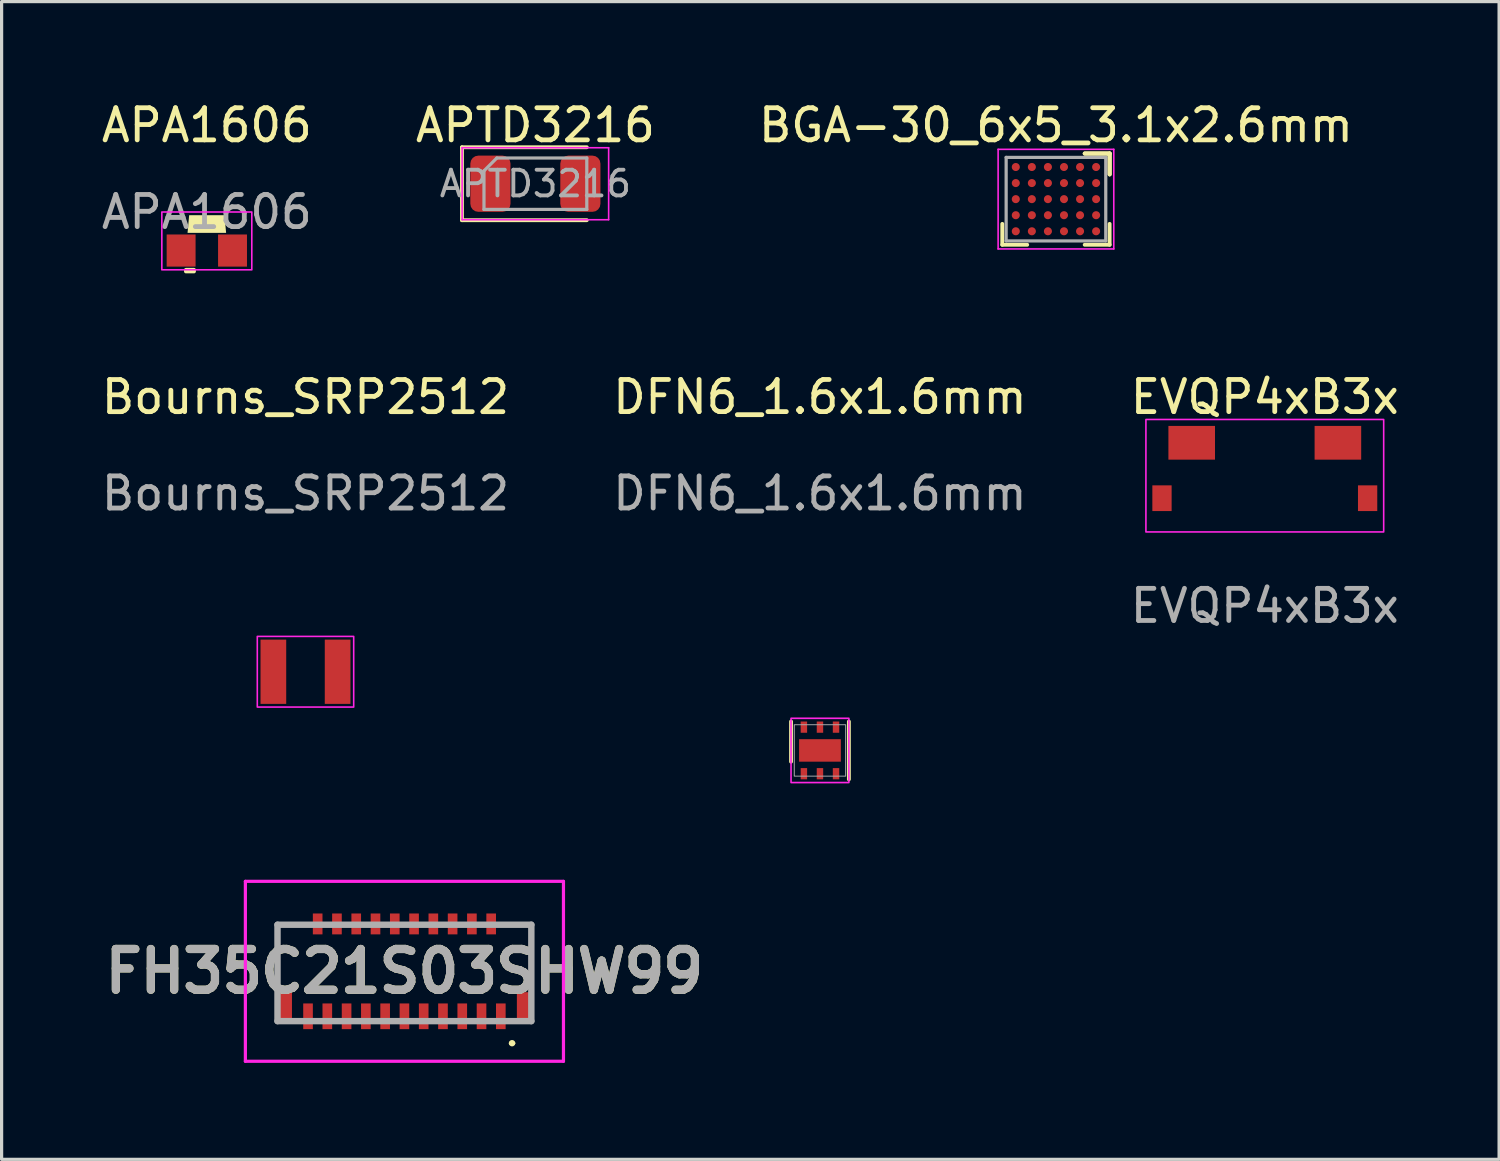
<source format=kicad_pcb>
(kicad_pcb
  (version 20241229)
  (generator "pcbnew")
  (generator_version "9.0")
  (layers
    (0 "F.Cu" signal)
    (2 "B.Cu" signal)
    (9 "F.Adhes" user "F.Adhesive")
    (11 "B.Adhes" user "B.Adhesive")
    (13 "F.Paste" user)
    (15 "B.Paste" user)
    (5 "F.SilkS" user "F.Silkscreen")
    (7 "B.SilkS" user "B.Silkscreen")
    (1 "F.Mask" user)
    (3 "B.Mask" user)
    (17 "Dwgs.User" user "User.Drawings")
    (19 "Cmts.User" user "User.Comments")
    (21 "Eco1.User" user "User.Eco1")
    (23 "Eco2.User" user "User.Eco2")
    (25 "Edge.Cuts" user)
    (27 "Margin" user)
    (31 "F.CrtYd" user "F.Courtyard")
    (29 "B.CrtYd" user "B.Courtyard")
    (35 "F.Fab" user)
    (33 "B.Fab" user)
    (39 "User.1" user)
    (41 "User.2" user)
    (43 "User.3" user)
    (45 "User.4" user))
  (footprint "FH35C21S03SHW99"
    (layer "F.Cu")
    (at 9.537 27.218)
    (property "Reference" "FH35C21S03SHW99" (at 0 -0.037 0) (layer "F.SilkS") (effects (font (size 1.27 1.27) (thickness 0.254))))
    (attr smd)
    (fp_line (start -3.95 -1.487) (end -3.2 -1.487) (stroke (width 0.1) (type solid)) (layer "F.SilkS"))
    (fp_line (start -3.95 0) (end -3.95 -1.487) (stroke (width 0.1) (type solid)) (layer "F.SilkS"))
    (fp_line (start 3.3 2.2) (end 3.3 2.2) (stroke (width 0.1) (type solid)) (layer "F.SilkS"))
    (fp_line (start 3.4 2.2) (end 3.4 2.2) (stroke (width 0.1) (type solid)) (layer "F.SilkS"))
    (fp_line (start 3.95 -1.487) (end 3.4 -1.487) (stroke (width 0.1) (type solid)) (layer "F.SilkS"))
    (fp_line (start 3.95 0.2) (end 3.95 -1.487) (stroke (width 0.1) (type solid)) (layer "F.SilkS"))
    (fp_arc (start 3.3 2.2) (mid 3.35 2.15) (end 3.4 2.2) (stroke (width 0.1) (type solid)) (layer "F.SilkS"))
    (fp_arc (start 3.4 2.2) (mid 3.35 2.25) (end 3.3 2.2) (stroke (width 0.1) (type solid)) (layer "F.SilkS"))
    (fp_line (start -4.95 -2.837) (end 4.95 -2.837) (stroke (width 0.1) (type solid)) (layer "F.CrtYd"))
    (fp_line (start -4.95 2.763) (end -4.95 -2.837) (stroke (width 0.1) (type solid)) (layer "F.CrtYd"))
    (fp_line (start 4.95 -2.837) (end 4.95 2.763) (stroke (width 0.1) (type solid)) (layer "F.CrtYd"))
    (fp_line (start 4.95 2.763) (end -4.95 2.763) (stroke (width 0.1) (type solid)) (layer "F.CrtYd"))
    (fp_line (start -3.95 -1.487) (end 3.95 -1.487) (stroke (width 0.2) (type solid)) (layer "F.Fab"))
    (fp_line (start -3.95 1.513) (end -3.95 -1.487) (stroke (width 0.2) (type solid)) (layer "F.Fab"))
    (fp_line (start 3.95 -1.487) (end 3.95 1.513) (stroke (width 0.2) (type solid)) (layer "F.Fab"))
    (fp_line (start 3.95 1.513) (end -3.95 1.513) (stroke (width 0.2) (type solid)) (layer "F.Fab"))
    (fp_text user "${REFERENCE}" (at 0 -0.037 0) (layer "F.Fab") (effects (font (size 1.27 1.27) (thickness 0.254))))
    (pad "1" smd rect (at 3 1.363) (size 0.3 0.8) (layers "F.Cu" "F.Mask" "F.Paste"))
    (pad "2" smd rect (at 2.7 -1.512) (size 0.3 0.65) (layers "F.Cu" "F.Mask" "F.Paste"))
    (pad "3" smd rect (at 2.4 1.363) (size 0.3 0.8) (layers "F.Cu" "F.Mask" "F.Paste"))
    (pad "4" smd rect (at 2.1 -1.512) (size 0.3 0.65) (layers "F.Cu" "F.Mask" "F.Paste"))
    (pad "5" smd rect (at 1.8 1.363) (size 0.3 0.8) (layers "F.Cu" "F.Mask" "F.Paste"))
    (pad "6" smd rect (at 1.5 -1.512) (size 0.3 0.65) (layers "F.Cu" "F.Mask" "F.Paste"))
    (pad "7" smd rect (at 1.2 1.363) (size 0.3 0.8) (layers "F.Cu" "F.Mask" "F.Paste"))
    (pad "8" smd rect (at 0.9 -1.512) (size 0.3 0.65) (layers "F.Cu" "F.Mask" "F.Paste"))
    (pad "9" smd rect (at 0.6 1.363) (size 0.3 0.8) (layers "F.Cu" "F.Mask" "F.Paste"))
    (pad "10" smd rect (at 0.3 -1.512) (size 0.3 0.65) (layers "F.Cu" "F.Mask" "F.Paste"))
    (pad "11" smd rect (at 0 1.363) (size 0.3 0.8) (layers "F.Cu" "F.Mask" "F.Paste"))
    (pad "12" smd rect (at -0.3 -1.512) (size 0.3 0.65) (layers "F.Cu" "F.Mask" "F.Paste"))
    (pad "13" smd rect (at -0.6 1.363) (size 0.3 0.8) (layers "F.Cu" "F.Mask" "F.Paste"))
    (pad "14" smd rect (at -0.9 -1.512) (size 0.3 0.65) (layers "F.Cu" "F.Mask" "F.Paste"))
    (pad "15" smd rect (at -1.2 1.363) (size 0.3 0.8) (layers "F.Cu" "F.Mask" "F.Paste"))
    (pad "16" smd rect (at -1.5 -1.512) (size 0.3 0.65) (layers "F.Cu" "F.Mask" "F.Paste"))
    (pad "17" smd rect (at -1.8 1.363) (size 0.3 0.8) (layers "F.Cu" "F.Mask" "F.Paste"))
    (pad "18" smd rect (at -2.1 -1.512) (size 0.3 0.65) (layers "F.Cu" "F.Mask" "F.Paste"))
    (pad "19" smd rect (at -2.4 1.363) (size 0.3 0.8) (layers "F.Cu" "F.Mask" "F.Paste"))
    (pad "20" smd rect (at -2.7 -1.512) (size 0.3 0.65) (layers "F.Cu" "F.Mask" "F.Paste"))
    (pad "21" smd rect (at -3 1.363) (size 0.3 0.8) (layers "F.Cu" "F.Mask" "F.Paste"))
    (pad "MP1" smd rect (at 3.7 1.088) (size 0.4 0.95) (layers "F.Cu" "F.Mask" "F.Paste"))
    (pad "MP2" smd rect (at -3.7 1.088) (size 0.4 0.95) (layers "F.Cu" "F.Mask" "F.Paste")))
  (footprint "Bourns_SRP2512"
    (layer "F.Cu")
    (at 6.458 17.857)
    (property "Reference" "Bourns_SRP2512" (at 0 -8.55 0) (unlocked yes) (layer "F.SilkS") (effects (font (size 1 1) (thickness 0.15))))
    (attr smd)
    (fp_rect (start -1.5 -1.1) (end 1.5 1.1) (stroke (width 0.05) (type solid)) (fill no) (layer "F.CrtYd"))
    (fp_text user "${REFERENCE}" (at 0 -5.55 0) (unlocked yes) (layer "F.Fab") (effects (font (size 1 1) (thickness 0.15))))
    (pad "1" smd rect (at -1 0) (size 0.8 2) (layers "F.Cu" "F.Mask" "F.Paste"))
    (pad "2" smd rect (at 1 0) (size 0.8 2) (layers "F.Cu" "F.Mask" "F.Paste")))
  (footprint "BGA-30_6x5_3.1x2.6mm"
    (layer "F.Cu")
    (at 29.815 3.148)
    (property "Reference" "BGA-30_6x5_3.1x2.6mm" (at 0 -2.3 0) (layer "F.SilkS") (effects (font (size 1 1) (thickness 0.15))))
    (attr through_hole)
    (fp_line (start -1.67 1.42) (end -1.67 0.77) (stroke (width 0.12) (type solid)) (layer "F.SilkS"))
    (fp_line (start -0.895 1.42) (end -1.67 1.42) (stroke (width 0.12) (type solid)) (layer "F.SilkS"))
    (fp_line (start 0.895 -1.42) (end 1.67 -1.42) (stroke (width 0.12) (type solid)) (layer "F.SilkS"))
    (fp_line (start 0.895 -1.42) (end 1.67 -1.42) (stroke (width 0.12) (type solid)) (layer "F.SilkS"))
    (fp_line (start 0.895 -1.42) (end 1.67 -1.42) (stroke (width 0.12) (type solid)) (layer "F.SilkS"))
    (fp_line (start 0.895 1.42) (end 1.67 1.42) (stroke (width 0.12) (type solid)) (layer "F.SilkS"))
    (fp_line (start 1.67 -1.42) (end 1.67 -0.77) (stroke (width 0.12) (type solid)) (layer "F.SilkS"))
    (fp_line (start 1.67 -1.42) (end 1.67 -0.77) (stroke (width 0.12) (type solid)) (layer "F.SilkS"))
    (fp_line (start 1.67 -1.42) (end 1.67 -0.77) (stroke (width 0.12) (type solid)) (layer "F.SilkS"))
    (fp_line (start 1.67 1.42) (end 1.67 0.77) (stroke (width 0.12) (type solid)) (layer "F.SilkS"))
    (fp_line (start -1.8 -1.55) (end 1.8 -1.55) (stroke (width 0.05) (type solid)) (layer "F.CrtYd"))
    (fp_line (start -1.8 1.55) (end -1.8 -1.55) (stroke (width 0.05) (type solid)) (layer "F.CrtYd"))
    (fp_line (start 1.8 -1.55) (end 1.8 1.55) (stroke (width 0.05) (type solid)) (layer "F.CrtYd"))
    (fp_line (start 1.8 1.55) (end -1.8 1.55) (stroke (width 0.05) (type solid)) (layer "F.CrtYd"))
    (fp_line (start -1.55 -1.3) (end -1.55 1.3) (stroke (width 0.1) (type solid)) (layer "F.Fab"))
    (fp_line (start -1.55 1.3) (end 1.55 1.3) (stroke (width 0.1) (type solid)) (layer "F.Fab"))
    (fp_line (start 1.55 -1.3) (end -1.55 -1.3) (stroke (width 0.1) (type solid)) (layer "F.Fab"))
    (fp_line (start 1.55 1.3) (end 1.55 -1.3) (stroke (width 0.1) (type solid)) (layer "F.Fab"))
    (pad "A1" smd circle (at -1.25 -1) (size 0.25 0.25) (layers "F.Cu" "F.Mask" "F.Paste"))
    (pad "A2" smd circle (at -0.75 -1) (size 0.25 0.25) (layers "F.Cu" "F.Mask" "F.Paste"))
    (pad "A3" smd circle (at -0.25 -1) (size 0.25 0.25) (layers "F.Cu" "F.Mask" "F.Paste"))
    (pad "A4" smd circle (at 0.25 -1) (size 0.25 0.25) (layers "F.Cu" "F.Mask" "F.Paste"))
    (pad "A5" smd circle (at 0.75 -1) (size 0.25 0.25) (layers "F.Cu" "F.Mask" "F.Paste"))
    (pad "A6" smd circle (at 1.25 -1) (size 0.25 0.25) (layers "F.Cu" "F.Mask" "F.Paste"))
    (pad "B1" smd circle (at -1.25 -0.5) (size 0.25 0.25) (layers "F.Cu" "F.Mask" "F.Paste"))
    (pad "B2" smd circle (at -0.75 -0.5) (size 0.25 0.25) (layers "F.Cu" "F.Mask" "F.Paste"))
    (pad "B3" smd circle (at -0.25 -0.5) (size 0.25 0.25) (layers "F.Cu" "F.Mask" "F.Paste"))
    (pad "B4" smd circle (at 0.25 -0.5) (size 0.25 0.25) (layers "F.Cu" "F.Mask" "F.Paste"))
    (pad "B5" smd circle (at 0.75 -0.5) (size 0.25 0.25) (layers "F.Cu" "F.Mask" "F.Paste"))
    (pad "B6" smd circle (at 1.25 -0.5) (size 0.25 0.25) (layers "F.Cu" "F.Mask" "F.Paste"))
    (pad "C1" smd circle (at -1.25 0) (size 0.25 0.25) (layers "F.Cu" "F.Mask" "F.Paste"))
    (pad "C2" smd circle (at -0.75 0) (size 0.25 0.25) (layers "F.Cu" "F.Mask" "F.Paste"))
    (pad "C3" smd circle (at -0.25 0) (size 0.25 0.25) (layers "F.Cu" "F.Mask" "F.Paste"))
    (pad "C4" smd circle (at 0.25 0) (size 0.25 0.25) (layers "F.Cu" "F.Mask" "F.Paste"))
    (pad "C5" smd circle (at 0.75 0) (size 0.25 0.25) (layers "F.Cu" "F.Mask" "F.Paste"))
    (pad "C6" smd circle (at 1.25 0) (size 0.25 0.25) (layers "F.Cu" "F.Mask" "F.Paste"))
    (pad "D1" smd circle (at -1.25 0.5) (size 0.25 0.25) (layers "F.Cu" "F.Mask" "F.Paste"))
    (pad "D2" smd circle (at -0.75 0.5) (size 0.25 0.25) (layers "F.Cu" "F.Mask" "F.Paste"))
    (pad "D3" smd circle (at -0.25 0.5) (size 0.25 0.25) (layers "F.Cu" "F.Mask" "F.Paste"))
    (pad "D4" smd circle (at 0.25 0.5) (size 0.25 0.25) (layers "F.Cu" "F.Mask" "F.Paste"))
    (pad "D5" smd circle (at 0.75 0.5) (size 0.25 0.25) (layers "F.Cu" "F.Mask" "F.Paste"))
    (pad "D6" smd circle (at 1.25 0.5) (size 0.25 0.25) (layers "F.Cu" "F.Mask" "F.Paste"))
    (pad "E1" smd circle (at -1.25 1) (size 0.25 0.25) (layers "F.Cu" "F.Mask" "F.Paste"))
    (pad "E2" smd circle (at -0.75 1) (size 0.25 0.25) (layers "F.Cu" "F.Mask" "F.Paste"))
    (pad "E3" smd circle (at -0.25 1) (size 0.25 0.25) (layers "F.Cu" "F.Mask" "F.Paste"))
    (pad "E4" smd circle (at 0.25 1) (size 0.25 0.25) (layers "F.Cu" "F.Mask" "F.Paste"))
    (pad "E5" smd circle (at 0.75 1) (size 0.25 0.25) (layers "F.Cu" "F.Mask" "F.Paste"))
    (pad "E6" smd circle (at 1.25 1) (size 0.25 0.25) (layers "F.Cu" "F.Mask" "F.Paste")))
  (footprint "APTD3216"
    (layer "F.Cu")
    (at 13.613 2.668)
    (property "Reference" "APTD3216" (at 0 -1.82 0) (layer "F.SilkS") (effects (font (size 1 1) (thickness 0.15))))
    (attr smd)
    (fp_line (start -2.285 -1.135) (end -2.285 1.135) (stroke (width 0.12) (type solid)) (layer "F.SilkS"))
    (fp_line (start -2.285 1.135) (end 1.6 1.135) (stroke (width 0.12) (type solid)) (layer "F.SilkS"))
    (fp_line (start 1.6 -1.135) (end -2.285 -1.135) (stroke (width 0.12) (type solid)) (layer "F.SilkS"))
    (fp_line (start -2.28 -1.12) (end 2.28 -1.12) (stroke (width 0.05) (type solid)) (layer "F.CrtYd"))
    (fp_line (start -2.28 1.12) (end -2.28 -1.12) (stroke (width 0.05) (type solid)) (layer "F.CrtYd"))
    (fp_line (start 2.28 -1.12) (end 2.28 1.12) (stroke (width 0.05) (type solid)) (layer "F.CrtYd"))
    (fp_line (start 2.28 1.12) (end -2.28 1.12) (stroke (width 0.05) (type solid)) (layer "F.CrtYd"))
    (fp_line (start -1.6 -0.4) (end -1.6 0.8) (stroke (width 0.1) (type solid)) (layer "F.Fab"))
    (fp_line (start -1.6 0.8) (end 1.6 0.8) (stroke (width 0.1) (type solid)) (layer "F.Fab"))
    (fp_line (start -1.2 -0.8) (end -1.6 -0.4) (stroke (width 0.1) (type solid)) (layer "F.Fab"))
    (fp_line (start 1.6 -0.8) (end -1.2 -0.8) (stroke (width 0.1) (type solid)) (layer "F.Fab"))
    (fp_line (start 1.6 0.8) (end 1.6 -0.8) (stroke (width 0.1) (type solid)) (layer "F.Fab"))
    (fp_text user "${REFERENCE}" (at 0 0 0) (layer "F.Fab") (effects (font (size 0.8 0.8) (thickness 0.12))))
    (pad "1" smd roundrect (at -1.4 0) (size 1.25 1.75) (layers "F.Cu" "F.Mask" "F.Paste") (roundrect_rratio 0.2))
    (pad "2" smd roundrect (at 1.4 0) (size 1.25 1.75) (layers "F.Cu" "F.Mask" "F.Paste") (roundrect_rratio 0.2)))
  (footprint "APA1606"
    (layer "F.Cu")
    (at 3.387 4.748)
    (property "Reference" "APA1606" (at 0 -3.9 0) (unlocked yes) (layer "F.SilkS") (effects (font (size 1 1) (thickness 0.15))))
    (attr smd)
    (fp_rect (start -0.65 0.6) (end -0.4 0.65) (stroke (width 0.12) (type solid)) (fill yes) (layer "F.SilkS"))
    (fp_poly (pts (xy 0.55 -1.1) (xy 0.6 -0.55) (xy -0.6 -0.55) (xy -0.55 -1.1)) (stroke (width 0) (type solid)) (fill yes) (layer "F.SilkS"))
    (fp_rect (start -1.4 -1.2) (end 1.4 0.6) (stroke (width 0.05) (type solid)) (fill no) (layer "F.CrtYd"))
    (fp_text user "${REFERENCE}" (at 0 -1.2 0) (unlocked yes) (layer "F.Fab") (effects (font (size 1 1) (thickness 0.15))))
    (pad "1" smd rect (at -0.8 0) (size 0.9 1) (layers "F.Cu" "F.Mask" "F.Paste"))
    (pad "2" smd rect (at 0.8 0) (size 0.9 1) (layers "F.Cu" "F.Mask" "F.Paste")))
  (footprint "DFN6_1.6x1.6mm"
    (layer "F.Cu")
    (at 22.47 20.306)
    (property "Reference" "DFN6_1.6x1.6mm" (at 0 -11 0) (unlocked yes) (layer "F.SilkS") (effects (font (size 1 1) (thickness 0.15))))
    (attr smd)
    (fp_line (start -0.9 -0.9) (end -0.9 0.35) (stroke (width 0.12) (type solid)) (layer "F.SilkS"))
    (fp_line (start 0.9 -0.9) (end 0.9 0.9) (stroke (width 0.12) (type solid)) (layer "F.SilkS"))
    (fp_rect (start -0.9 -1) (end 0.9 1) (stroke (width 0.05) (type solid)) (fill no) (layer "F.CrtYd"))
    (fp_rect (start -0.8 -0.8) (end 0.8 0.8) (stroke (width 0.03) (type solid)) (fill no) (layer "F.Fab"))
    (fp_text user "${REFERENCE}" (at 0 -8 0) (unlocked yes) (layer "F.Fab") (effects (font (size 1 1) (thickness 0.15))))
    (pad "1" smd rect (at -0.5 0.725) (size 0.2 0.35) (layers "F.Cu" "F.Mask" "F.Paste"))
    (pad "2" smd rect (at 0 0.725) (size 0.2 0.35) (layers "F.Cu" "F.Mask" "F.Paste"))
    (pad "3" smd rect (at 0.5 0.725) (size 0.2 0.35) (layers "F.Cu" "F.Mask" "F.Paste"))
    (pad "4" smd rect (at 0.5 -0.725) (size 0.2 0.35) (layers "F.Cu" "F.Mask" "F.Paste"))
    (pad "5" smd rect (at 0 -0.725) (size 0.2 0.35) (layers "F.Cu" "F.Mask" "F.Paste"))
    (pad "6" smd rect (at -0.5 -0.725) (size 0.2 0.35) (layers "F.Cu" "F.Mask" "F.Paste"))
    (pad "7" smd rect (at 0 0) (size 1.3 0.7) (layers "F.Cu" "F.Mask" "F.Paste")))
  (footprint "EVQP4xB3x"
    (layer "F.Cu")
    (at 36.315 13.306)
    (property "Reference" "EVQP4xB3x" (at 0 -4 0) (unlocked yes) (layer "F.SilkS") (effects (font (size 1 1) (thickness 0.15))))
    (attr smd)
    (fp_line (start -2.55 0) (end -3.6 0) (stroke (width 0.05) (type solid)) (layer "Eco1.User"))
    (fp_line (start -2.55 0) (end -2.55 -1.05) (stroke (width 0.05) (type solid)) (layer "Eco1.User"))
    (fp_line (start -1.85 -1.75) (end 1.85 -1.75) (stroke (width 0.05) (type solid)) (layer "Eco1.User"))
    (fp_line (start 2.55 -1.05) (end 2.55 0) (stroke (width 0.05) (type solid)) (layer "Eco1.User"))
    (fp_line (start 2.55 0) (end 3.6 0) (stroke (width 0.05) (type solid)) (layer "Eco1.User"))
    (fp_arc (start -2.55 -1.05) (mid -2.503553 -1.703553) (end -1.85 -1.75) (stroke (width 0.05) (type solid)) (layer "Eco1.User"))
    (fp_arc (start 1.85 -1.75) (mid 2.503553 -1.703553) (end 2.55 -1.05) (stroke (width 0.05) (type solid)) (layer "Eco1.User"))
    (fp_rect (start -3.7 -3.3) (end 3.7 0.2) (stroke (width 0.05) (type solid)) (fill no) (layer "F.CrtYd"))
    (fp_text user "${REFERENCE}" (at 0 2.5 0) (unlocked yes) (layer "F.Fab") (effects (font (size 1 1) (thickness 0.15))))
    (pad "" smd rect (at -3.2 -0.85) (size 0.6 0.8) (layers "F.Cu" "F.Mask" "F.Paste"))
    (pad "" smd rect (at 3.2 -0.85) (size 0.6 0.8) (layers "F.Cu" "F.Mask" "F.Paste"))
    (pad "1" smd rect (at -2.275 -2.575) (size 1.45 1.05) (layers "F.Cu" "F.Mask" "F.Paste"))
    (pad "2" smd rect (at 2.275 -2.575) (size 1.45 1.05) (layers "F.Cu" "F.Mask" "F.Paste")))
  (gr_rect
    (start -3 -3)
    (end 43.607 33.032)
    (stroke (width 0.1) (type default))
    (fill no)
    (layer "Edge.Cuts")))
</source>
